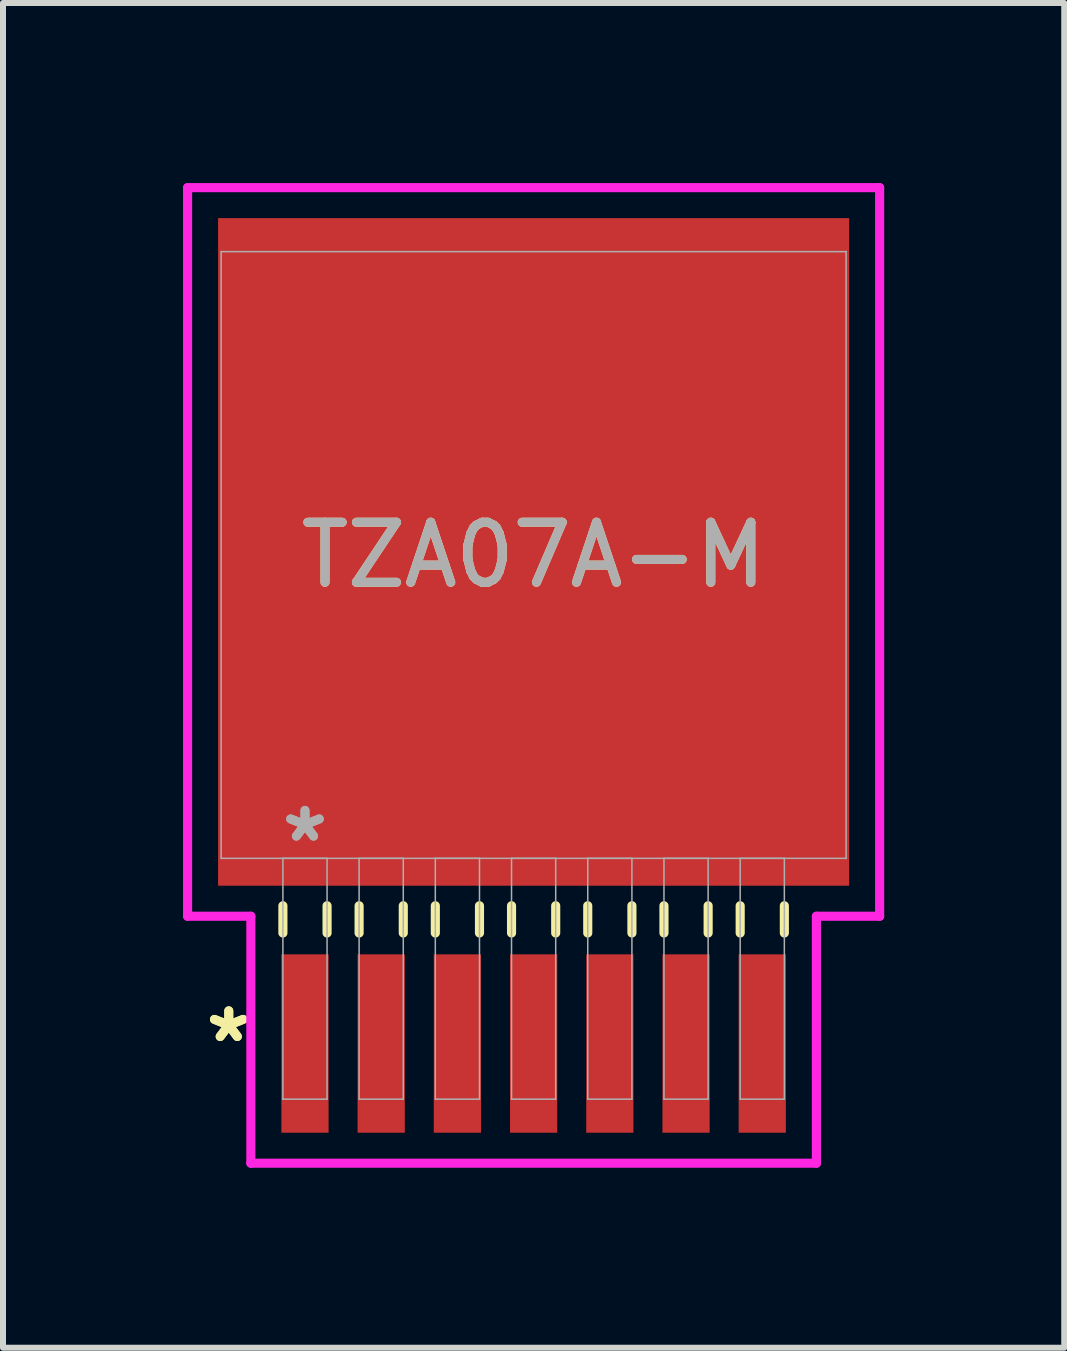
<source format=kicad_pcb>
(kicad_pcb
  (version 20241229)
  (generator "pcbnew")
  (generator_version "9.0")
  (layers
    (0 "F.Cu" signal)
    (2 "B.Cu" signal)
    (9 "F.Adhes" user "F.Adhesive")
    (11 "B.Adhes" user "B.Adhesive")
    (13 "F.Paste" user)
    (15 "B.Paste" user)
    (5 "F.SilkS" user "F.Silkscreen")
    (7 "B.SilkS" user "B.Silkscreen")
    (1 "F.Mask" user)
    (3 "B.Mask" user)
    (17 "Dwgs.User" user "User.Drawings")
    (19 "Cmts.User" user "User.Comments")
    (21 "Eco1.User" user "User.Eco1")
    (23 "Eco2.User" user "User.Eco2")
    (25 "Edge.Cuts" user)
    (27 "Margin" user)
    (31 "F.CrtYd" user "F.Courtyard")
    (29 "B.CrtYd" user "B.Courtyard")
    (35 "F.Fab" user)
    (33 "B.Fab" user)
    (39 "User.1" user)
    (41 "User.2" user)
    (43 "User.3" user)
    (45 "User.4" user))
  (footprint "TZA07A-M"
    (layer "F.Cu")
    (at 5.842 6.198)
    (property "Reference" "TZA07A-M" (at 0 0 0) (unlocked yes) (layer "F.SilkS") (effects (font (size 1 1) (thickness 0.15))))
    (attr smd)
    (fp_line (start -4.178 5.845) (end -4.178 6.299) (stroke (width 0.152) (type solid)) (layer "F.SilkS"))
    (fp_line (start -3.442 5.845) (end -3.442 6.299) (stroke (width 0.152) (type solid)) (layer "F.SilkS"))
    (fp_line (start -2.908 5.845) (end -2.908 6.299) (stroke (width 0.152) (type solid)) (layer "F.SilkS"))
    (fp_line (start -2.172 5.845) (end -2.172 6.299) (stroke (width 0.152) (type solid)) (layer "F.SilkS"))
    (fp_line (start -1.638 5.845) (end -1.638 6.299) (stroke (width 0.152) (type solid)) (layer "F.SilkS"))
    (fp_line (start -0.902 5.845) (end -0.902 6.299) (stroke (width 0.152) (type solid)) (layer "F.SilkS"))
    (fp_line (start -0.368 5.845) (end -0.368 6.299) (stroke (width 0.152) (type solid)) (layer "F.SilkS"))
    (fp_line (start 0.368 5.845) (end 0.368 6.299) (stroke (width 0.152) (type solid)) (layer "F.SilkS"))
    (fp_line (start 0.902 5.845) (end 0.902 6.299) (stroke (width 0.152) (type solid)) (layer "F.SilkS"))
    (fp_line (start 1.638 5.845) (end 1.638 6.299) (stroke (width 0.152) (type solid)) (layer "F.SilkS"))
    (fp_line (start 2.172 5.845) (end 2.172 6.299) (stroke (width 0.152) (type solid)) (layer "F.SilkS"))
    (fp_line (start 2.908 5.845) (end 2.908 6.299) (stroke (width 0.152) (type solid)) (layer "F.SilkS"))
    (fp_line (start 3.442 5.845) (end 3.442 6.299) (stroke (width 0.152) (type solid)) (layer "F.SilkS"))
    (fp_line (start 4.178 5.845) (end 4.178 6.299) (stroke (width 0.152) (type solid)) (layer "F.SilkS"))
    (fp_line (start -5.766 -6.121) (end 5.766 -6.121) (stroke (width 0.152) (type solid)) (layer "F.CrtYd"))
    (fp_line (start -5.766 6.02) (end -5.766 -6.121) (stroke (width 0.152) (type solid)) (layer "F.CrtYd"))
    (fp_line (start -4.712 6.02) (end -5.766 6.02) (stroke (width 0.152) (type solid)) (layer "F.CrtYd"))
    (fp_line (start -4.712 10.135) (end -4.712 6.02) (stroke (width 0.152) (type solid)) (layer "F.CrtYd"))
    (fp_line (start 4.712 6.02) (end 4.712 10.135) (stroke (width 0.152) (type solid)) (layer "F.CrtYd"))
    (fp_line (start 4.712 10.135) (end -4.712 10.135) (stroke (width 0.152) (type solid)) (layer "F.CrtYd"))
    (fp_line (start 5.766 -6.121) (end 5.766 6.02) (stroke (width 0.152) (type solid)) (layer "F.CrtYd"))
    (fp_line (start 5.766 6.02) (end 4.712 6.02) (stroke (width 0.152) (type solid)) (layer "F.CrtYd"))
    (fp_line (start -5.207 -5.055) (end -5.207 5.055) (stroke (width 0.025) (type solid)) (layer "F.Fab"))
    (fp_line (start -5.207 5.055) (end 5.207 5.055) (stroke (width 0.025) (type solid)) (layer "F.Fab"))
    (fp_line (start -4.178 5.055) (end -4.178 9.068) (stroke (width 0.025) (type solid)) (layer "F.Fab"))
    (fp_line (start -4.178 9.068) (end -3.442 9.068) (stroke (width 0.025) (type solid)) (layer "F.Fab"))
    (fp_line (start -3.442 5.055) (end -4.178 5.055) (stroke (width 0.025) (type solid)) (layer "F.Fab"))
    (fp_line (start -3.442 9.068) (end -3.442 5.055) (stroke (width 0.025) (type solid)) (layer "F.Fab"))
    (fp_line (start -2.908 5.055) (end -2.908 9.068) (stroke (width 0.025) (type solid)) (layer "F.Fab"))
    (fp_line (start -2.908 9.068) (end -2.172 9.068) (stroke (width 0.025) (type solid)) (layer "F.Fab"))
    (fp_line (start -2.172 5.055) (end -2.908 5.055) (stroke (width 0.025) (type solid)) (layer "F.Fab"))
    (fp_line (start -2.172 9.068) (end -2.172 5.055) (stroke (width 0.025) (type solid)) (layer "F.Fab"))
    (fp_line (start -1.638 5.055) (end -1.638 9.068) (stroke (width 0.025) (type solid)) (layer "F.Fab"))
    (fp_line (start -1.638 9.068) (end -0.902 9.068) (stroke (width 0.025) (type solid)) (layer "F.Fab"))
    (fp_line (start -0.902 5.055) (end -1.638 5.055) (stroke (width 0.025) (type solid)) (layer "F.Fab"))
    (fp_line (start -0.902 9.068) (end -0.902 5.055) (stroke (width 0.025) (type solid)) (layer "F.Fab"))
    (fp_line (start -0.368 5.055) (end -0.368 9.068) (stroke (width 0.025) (type solid)) (layer "F.Fab"))
    (fp_line (start -0.368 9.068) (end 0.368 9.068) (stroke (width 0.025) (type solid)) (layer "F.Fab"))
    (fp_line (start 0.368 5.055) (end -0.368 5.055) (stroke (width 0.025) (type solid)) (layer "F.Fab"))
    (fp_line (start 0.368 9.068) (end 0.368 5.055) (stroke (width 0.025) (type solid)) (layer "F.Fab"))
    (fp_line (start 0.902 5.055) (end 0.902 9.068) (stroke (width 0.025) (type solid)) (layer "F.Fab"))
    (fp_line (start 0.902 9.068) (end 1.638 9.068) (stroke (width 0.025) (type solid)) (layer "F.Fab"))
    (fp_line (start 1.638 5.055) (end 0.902 5.055) (stroke (width 0.025) (type solid)) (layer "F.Fab"))
    (fp_line (start 1.638 9.068) (end 1.638 5.055) (stroke (width 0.025) (type solid)) (layer "F.Fab"))
    (fp_line (start 2.172 5.055) (end 2.172 9.068) (stroke (width 0.025) (type solid)) (layer "F.Fab"))
    (fp_line (start 2.172 9.068) (end 2.908 9.068) (stroke (width 0.025) (type solid)) (layer "F.Fab"))
    (fp_line (start 2.908 5.055) (end 2.172 5.055) (stroke (width 0.025) (type solid)) (layer "F.Fab"))
    (fp_line (start 2.908 9.068) (end 2.908 5.055) (stroke (width 0.025) (type solid)) (layer "F.Fab"))
    (fp_line (start 3.442 5.055) (end 3.442 9.068) (stroke (width 0.025) (type solid)) (layer "F.Fab"))
    (fp_line (start 3.442 9.068) (end 4.178 9.068) (stroke (width 0.025) (type solid)) (layer "F.Fab"))
    (fp_line (start 4.178 5.055) (end 3.442 5.055) (stroke (width 0.025) (type solid)) (layer "F.Fab"))
    (fp_line (start 4.178 9.068) (end 4.178 5.055) (stroke (width 0.025) (type solid)) (layer "F.Fab"))
    (fp_line (start 5.207 -5.055) (end -5.207 -5.055) (stroke (width 0.025) (type solid)) (layer "F.Fab"))
    (fp_line (start 5.207 5.055) (end 5.207 -5.055) (stroke (width 0.025) (type solid)) (layer "F.Fab"))
    (fp_text user "*" (at -5.08 8.141 0) (unlocked yes) (layer "F.SilkS") (effects (font (size 1 1) (thickness 0.15))))
    (fp_text user "*" (at -5.08 8.141 0) (layer "F.SilkS") (effects (font (size 1 1) (thickness 0.15))))
    (fp_text user "${REFERENCE}" (at 0 0 0) (unlocked yes) (layer "F.Fab") (effects (font (size 1 1) (thickness 0.15))))
    (fp_text user "*" (at -3.81 4.801 0) (layer "F.Fab") (effects (font (size 1 1) (thickness 0.15))))
    (fp_text user "*" (at -3.81 4.801 0) (unlocked yes) (layer "F.Fab") (effects (font (size 1 1) (thickness 0.15))))
    (pad "1" smd rect (at -3.81 8.141) (size 0.787 2.972) (layers "F.Cu" "F.Mask" "F.Paste"))
    (pad "2" smd rect (at -2.54 8.141) (size 0.787 2.972) (layers "F.Cu" "F.Mask" "F.Paste"))
    (pad "3" smd rect (at -1.27 8.141) (size 0.787 2.972) (layers "F.Cu" "F.Mask" "F.Paste"))
    (pad "4" smd rect (at 0 8.141) (size 0.787 2.972) (layers "F.Cu" "F.Mask" "F.Paste"))
    (pad "5" smd rect (at 1.27 8.141) (size 0.787 2.972) (layers "F.Cu" "F.Mask" "F.Paste"))
    (pad "6" smd rect (at 2.54 8.141) (size 0.787 2.972) (layers "F.Cu" "F.Mask" "F.Paste"))
    (pad "7" smd rect (at 3.81 8.141) (size 0.787 2.972) (layers "F.Cu" "F.Mask" "F.Paste"))
    (pad "8" smd rect (at 0 -0.051) (size 10.516 11.125) (layers "F.Cu" "F.Mask" "F.Paste")))
  (gr_rect
    (start -3 -3)
    (end 14.684 19.408)
    (stroke (width 0.1) (type default))
    (fill no)
    (layer "Edge.Cuts")))
</source>
